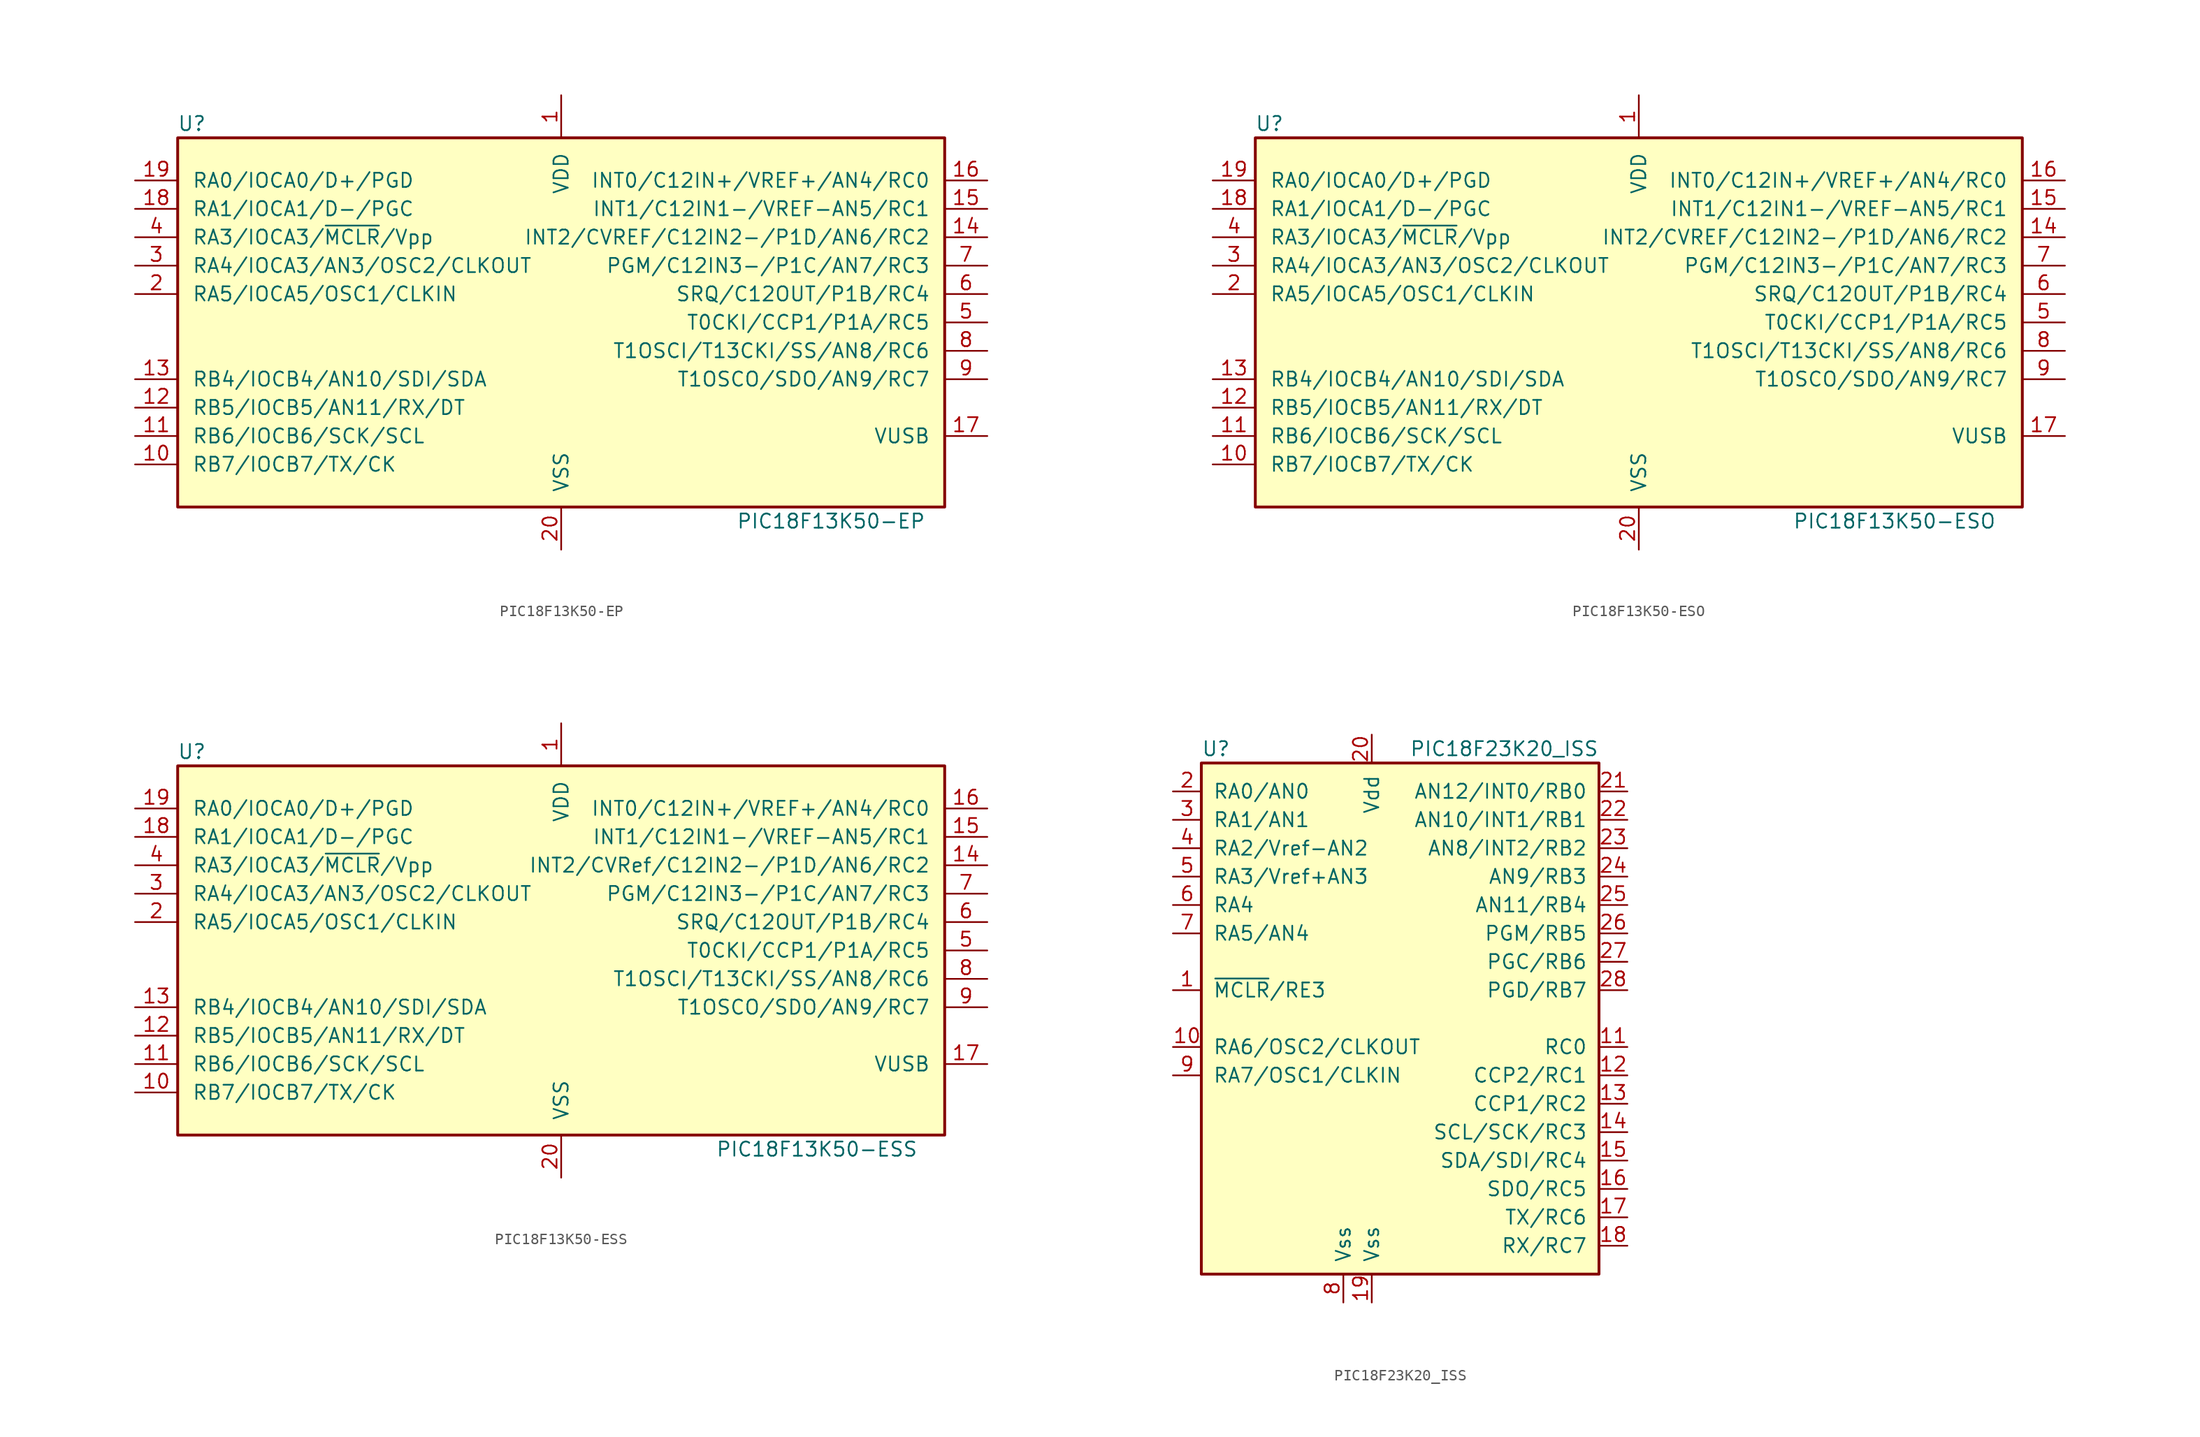
<source format=kicad_sym>
(kicad_symbol_lib
  (version 20211014)
  (generator kicad_symbol_editor)
  (symbol "PIC18F13K50-EP"
    (pin_names
      (offset 1.27))
    (property "Reference" "U"
      (at -33.02 17.78 0)
      (effects (font (size 1.27 1.27))))
    (property "Value" "PIC18F13K50-EP"
      (at 24.13 -17.78 0)
      (effects (font (size 1.27 1.27))))
    (symbol "PIC18F13K50-EP_0_1"
      (rectangle (start -34.29 16.51) (end 34.29 -16.51) (stroke (width 0.254) (type default) (color 0 0 0 0)) (fill (type background))))
    (symbol "PIC18F13K50-EP_1_1"
      (pin power_in line (at 0 20.32 270) (length 3.81) (name "VDD" (effects (font (size 1.27 1.27)))) (number "1" (effects (font (size 1.27 1.27)))))
      (pin bidirectional line (at -38.1 -12.7 0) (length 3.81) (name "RB7/IOCB7/TX/CK" (effects (font (size 1.27 1.27)))) (number "10" (effects (font (size 1.27 1.27)))))
      (pin bidirectional line (at -38.1 -10.16 0) (length 3.81) (name "RB6/IOCB6/SCK/SCL" (effects (font (size 1.27 1.27)))) (number "11" (effects (font (size 1.27 1.27)))))
      (pin bidirectional line (at -38.1 -7.62 0) (length 3.81) (name "RB5/IOCB5/AN11/RX/DT" (effects (font (size 1.27 1.27)))) (number "12" (effects (font (size 1.27 1.27)))))
      (pin bidirectional line (at -38.1 -5.08 0) (length 3.81) (name "RB4/IOCB4/AN10/SDI/SDA" (effects (font (size 1.27 1.27)))) (number "13" (effects (font (size 1.27 1.27)))))
      (pin bidirectional line (at 38.1 7.62 180) (length 3.81) (name "INT2/CVREF/C12IN2-/P1D/AN6/RC2" (effects (font (size 1.27 1.27)))) (number "14" (effects (font (size 1.27 1.27)))))
      (pin bidirectional line (at 38.1 10.16 180) (length 3.81) (name "INT1/C12IN1-/VREF-AN5/RC1" (effects (font (size 1.27 1.27)))) (number "15" (effects (font (size 1.27 1.27)))))
      (pin bidirectional line (at 38.1 12.7 180) (length 3.81) (name "INT0/C12IN+/VREF+/AN4/RC0" (effects (font (size 1.27 1.27)))) (number "16" (effects (font (size 1.27 1.27)))))
      (pin passive line (at 38.1 -10.16 180) (length 3.81) (name "VUSB" (effects (font (size 1.27 1.27)))) (number "17" (effects (font (size 1.27 1.27)))))
      (pin bidirectional line (at -38.1 10.16 0) (length 3.81) (name "RA1/IOCA1/D-/PGC" (effects (font (size 1.27 1.27)))) (number "18" (effects (font (size 1.27 1.27)))))
      (pin bidirectional line (at -38.1 12.7 0) (length 3.81) (name "RA0/IOCA0/D+/PGD" (effects (font (size 1.27 1.27)))) (number "19" (effects (font (size 1.27 1.27)))))
      (pin bidirectional line (at -38.1 2.54 0) (length 3.81) (name "RA5/IOCA5/OSC1/CLKIN" (effects (font (size 1.27 1.27)))) (number "2" (effects (font (size 1.27 1.27)))))
      (pin power_in line (at 0 -20.32 90) (length 3.81) (name "VSS" (effects (font (size 1.27 1.27)))) (number "20" (effects (font (size 1.27 1.27)))))
      (pin bidirectional line (at -38.1 5.08 0) (length 3.81) (name "RA4/IOCA3/AN3/OSC2/CLKOUT" (effects (font (size 1.27 1.27)))) (number "3" (effects (font (size 1.27 1.27)))))
      (pin input line (at -38.1 7.62 0) (length 3.81) (name "RA3/IOCA3/~{MCLR}/Vpp" (effects (font (size 1.27 1.27)))) (number "4" (effects (font (size 1.27 1.27)))))
      (pin bidirectional line (at 38.1 0 180) (length 3.81) (name "T0CKI/CCP1/P1A/RC5" (effects (font (size 1.27 1.27)))) (number "5" (effects (font (size 1.27 1.27)))))
      (pin bidirectional line (at 38.1 2.54 180) (length 3.81) (name "SRQ/C12OUT/P1B/RC4" (effects (font (size 1.27 1.27)))) (number "6" (effects (font (size 1.27 1.27)))))
      (pin bidirectional line (at 38.1 5.08 180) (length 3.81) (name "PGM/C12IN3-/P1C/AN7/RC3" (effects (font (size 1.27 1.27)))) (number "7" (effects (font (size 1.27 1.27)))))
      (pin bidirectional line (at 38.1 -2.54 180) (length 3.81) (name "T1OSCI/T13CKI/SS/AN8/RC6" (effects (font (size 1.27 1.27)))) (number "8" (effects (font (size 1.27 1.27)))))
      (pin bidirectional line (at 38.1 -5.08 180) (length 3.81) (name "T1OSCO/SDO/AN9/RC7" (effects (font (size 1.27 1.27)))) (number "9" (effects (font (size 1.27 1.27)))))))
  (symbol "PIC18F13K50-ESO"
    (pin_names
      (offset 1.27))
    (property "Reference" "U"
      (at -33.02 17.78 0)
      (effects (font (size 1.27 1.27))))
    (property "Value" "PIC18F13K50-ESO"
      (at 22.86 -17.78 0)
      (effects (font (size 1.27 1.27))))
    (symbol "PIC18F13K50-ESO_0_1"
      (rectangle (start -34.29 16.51) (end 34.29 -16.51) (stroke (width 0.254) (type default) (color 0 0 0 0)) (fill (type background))))
    (symbol "PIC18F13K50-ESO_1_1"
      (pin power_in line (at 0 20.32 270) (length 3.81) (name "VDD" (effects (font (size 1.27 1.27)))) (number "1" (effects (font (size 1.27 1.27)))))
      (pin bidirectional line (at -38.1 -12.7 0) (length 3.81) (name "RB7/IOCB7/TX/CK" (effects (font (size 1.27 1.27)))) (number "10" (effects (font (size 1.27 1.27)))))
      (pin bidirectional line (at -38.1 -10.16 0) (length 3.81) (name "RB6/IOCB6/SCK/SCL" (effects (font (size 1.27 1.27)))) (number "11" (effects (font (size 1.27 1.27)))))
      (pin bidirectional line (at -38.1 -7.62 0) (length 3.81) (name "RB5/IOCB5/AN11/RX/DT" (effects (font (size 1.27 1.27)))) (number "12" (effects (font (size 1.27 1.27)))))
      (pin bidirectional line (at -38.1 -5.08 0) (length 3.81) (name "RB4/IOCB4/AN10/SDI/SDA" (effects (font (size 1.27 1.27)))) (number "13" (effects (font (size 1.27 1.27)))))
      (pin bidirectional line (at 38.1 7.62 180) (length 3.81) (name "INT2/CVREF/C12IN2-/P1D/AN6/RC2" (effects (font (size 1.27 1.27)))) (number "14" (effects (font (size 1.27 1.27)))))
      (pin bidirectional line (at 38.1 10.16 180) (length 3.81) (name "INT1/C12IN1-/VREF-AN5/RC1" (effects (font (size 1.27 1.27)))) (number "15" (effects (font (size 1.27 1.27)))))
      (pin bidirectional line (at 38.1 12.7 180) (length 3.81) (name "INT0/C12IN+/VREF+/AN4/RC0" (effects (font (size 1.27 1.27)))) (number "16" (effects (font (size 1.27 1.27)))))
      (pin passive line (at 38.1 -10.16 180) (length 3.81) (name "VUSB" (effects (font (size 1.27 1.27)))) (number "17" (effects (font (size 1.27 1.27)))))
      (pin bidirectional line (at -38.1 10.16 0) (length 3.81) (name "RA1/IOCA1/D-/PGC" (effects (font (size 1.27 1.27)))) (number "18" (effects (font (size 1.27 1.27)))))
      (pin bidirectional line (at -38.1 12.7 0) (length 3.81) (name "RA0/IOCA0/D+/PGD" (effects (font (size 1.27 1.27)))) (number "19" (effects (font (size 1.27 1.27)))))
      (pin bidirectional line (at -38.1 2.54 0) (length 3.81) (name "RA5/IOCA5/OSC1/CLKIN" (effects (font (size 1.27 1.27)))) (number "2" (effects (font (size 1.27 1.27)))))
      (pin power_in line (at 0 -20.32 90) (length 3.81) (name "VSS" (effects (font (size 1.27 1.27)))) (number "20" (effects (font (size 1.27 1.27)))))
      (pin bidirectional line (at -38.1 5.08 0) (length 3.81) (name "RA4/IOCA3/AN3/OSC2/CLKOUT" (effects (font (size 1.27 1.27)))) (number "3" (effects (font (size 1.27 1.27)))))
      (pin input line (at -38.1 7.62 0) (length 3.81) (name "RA3/IOCA3/~{MCLR}/Vpp" (effects (font (size 1.27 1.27)))) (number "4" (effects (font (size 1.27 1.27)))))
      (pin bidirectional line (at 38.1 0 180) (length 3.81) (name "T0CKI/CCP1/P1A/RC5" (effects (font (size 1.27 1.27)))) (number "5" (effects (font (size 1.27 1.27)))))
      (pin bidirectional line (at 38.1 2.54 180) (length 3.81) (name "SRQ/C12OUT/P1B/RC4" (effects (font (size 1.27 1.27)))) (number "6" (effects (font (size 1.27 1.27)))))
      (pin bidirectional line (at 38.1 5.08 180) (length 3.81) (name "PGM/C12IN3-/P1C/AN7/RC3" (effects (font (size 1.27 1.27)))) (number "7" (effects (font (size 1.27 1.27)))))
      (pin bidirectional line (at 38.1 -2.54 180) (length 3.81) (name "T1OSCI/T13CKI/SS/AN8/RC6" (effects (font (size 1.27 1.27)))) (number "8" (effects (font (size 1.27 1.27)))))
      (pin bidirectional line (at 38.1 -5.08 180) (length 3.81) (name "T1OSCO/SDO/AN9/RC7" (effects (font (size 1.27 1.27)))) (number "9" (effects (font (size 1.27 1.27)))))))
  (symbol "PIC18F13K50-ESS"
    (pin_names
      (offset 1.27))
    (property "Reference" "U"
      (at -33.02 17.78 0)
      (effects (font (size 1.27 1.27))))
    (property "Value" "PIC18F13K50-ESS"
      (at 22.86 -17.78 0)
      (effects (font (size 1.27 1.27))))
    (symbol "PIC18F13K50-ESS_0_1"
      (rectangle (start -34.29 16.51) (end 34.29 -16.51) (stroke (width 0.254) (type default) (color 0 0 0 0)) (fill (type background))))
    (symbol "PIC18F13K50-ESS_1_1"
      (pin power_in line (at 0 20.32 270) (length 3.81) (name "VDD" (effects (font (size 1.27 1.27)))) (number "1" (effects (font (size 1.27 1.27)))))
      (pin bidirectional line (at -38.1 -12.7 0) (length 3.81) (name "RB7/IOCB7/TX/CK" (effects (font (size 1.27 1.27)))) (number "10" (effects (font (size 1.27 1.27)))))
      (pin bidirectional line (at -38.1 -10.16 0) (length 3.81) (name "RB6/IOCB6/SCK/SCL" (effects (font (size 1.27 1.27)))) (number "11" (effects (font (size 1.27 1.27)))))
      (pin bidirectional line (at -38.1 -7.62 0) (length 3.81) (name "RB5/IOCB5/AN11/RX/DT" (effects (font (size 1.27 1.27)))) (number "12" (effects (font (size 1.27 1.27)))))
      (pin bidirectional line (at -38.1 -5.08 0) (length 3.81) (name "RB4/IOCB4/AN10/SDI/SDA" (effects (font (size 1.27 1.27)))) (number "13" (effects (font (size 1.27 1.27)))))
      (pin bidirectional line (at 38.1 7.62 180) (length 3.81) (name "INT2/CVRef/C12IN2-/P1D/AN6/RC2" (effects (font (size 1.27 1.27)))) (number "14" (effects (font (size 1.27 1.27)))))
      (pin bidirectional line (at 38.1 10.16 180) (length 3.81) (name "INT1/C12IN1-/VREF-AN5/RC1" (effects (font (size 1.27 1.27)))) (number "15" (effects (font (size 1.27 1.27)))))
      (pin bidirectional line (at 38.1 12.7 180) (length 3.81) (name "INT0/C12IN+/VREF+/AN4/RC0" (effects (font (size 1.27 1.27)))) (number "16" (effects (font (size 1.27 1.27)))))
      (pin passive line (at 38.1 -10.16 180) (length 3.81) (name "VUSB" (effects (font (size 1.27 1.27)))) (number "17" (effects (font (size 1.27 1.27)))))
      (pin bidirectional line (at -38.1 10.16 0) (length 3.81) (name "RA1/IOCA1/D-/PGC" (effects (font (size 1.27 1.27)))) (number "18" (effects (font (size 1.27 1.27)))))
      (pin bidirectional line (at -38.1 12.7 0) (length 3.81) (name "RA0/IOCA0/D+/PGD" (effects (font (size 1.27 1.27)))) (number "19" (effects (font (size 1.27 1.27)))))
      (pin bidirectional line (at -38.1 2.54 0) (length 3.81) (name "RA5/IOCA5/OSC1/CLKIN" (effects (font (size 1.27 1.27)))) (number "2" (effects (font (size 1.27 1.27)))))
      (pin power_in line (at 0 -20.32 90) (length 3.81) (name "VSS" (effects (font (size 1.27 1.27)))) (number "20" (effects (font (size 1.27 1.27)))))
      (pin bidirectional line (at -38.1 5.08 0) (length 3.81) (name "RA4/IOCA3/AN3/OSC2/CLKOUT" (effects (font (size 1.27 1.27)))) (number "3" (effects (font (size 1.27 1.27)))))
      (pin input line (at -38.1 7.62 0) (length 3.81) (name "RA3/IOCA3/~{MCLR}/Vpp" (effects (font (size 1.27 1.27)))) (number "4" (effects (font (size 1.27 1.27)))))
      (pin bidirectional line (at 38.1 0 180) (length 3.81) (name "T0CKI/CCP1/P1A/RC5" (effects (font (size 1.27 1.27)))) (number "5" (effects (font (size 1.27 1.27)))))
      (pin bidirectional line (at 38.1 2.54 180) (length 3.81) (name "SRQ/C12OUT/P1B/RC4" (effects (font (size 1.27 1.27)))) (number "6" (effects (font (size 1.27 1.27)))))
      (pin bidirectional line (at 38.1 5.08 180) (length 3.81) (name "PGM/C12IN3-/P1C/AN7/RC3" (effects (font (size 1.27 1.27)))) (number "7" (effects (font (size 1.27 1.27)))))
      (pin bidirectional line (at 38.1 -2.54 180) (length 3.81) (name "T1OSCI/T13CKI/SS/AN8/RC6" (effects (font (size 1.27 1.27)))) (number "8" (effects (font (size 1.27 1.27)))))
      (pin bidirectional line (at 38.1 -5.08 180) (length 3.81) (name "T1OSCO/SDO/AN9/RC7" (effects (font (size 1.27 1.27)))) (number "9" (effects (font (size 1.27 1.27)))))))
  (symbol "PIC18F23K20_ISS"
    (pin_names
      (offset 1.016))
    (property "Reference" "U"
      (at -17.78 24.13 0)
      (effects (font (size 1.27 1.27)) (justify left)))
    (property "Value" "PIC18F23K20_ISS"
      (at 17.78 24.13 0)
      (effects (font (size 1.27 1.27)) (justify right)))
    (symbol "PIC18F23K20_ISS_0_1"
      (rectangle (start -17.78 22.86) (end 17.78 -22.86) (stroke (width 0.254) (type default) (color 0 0 0 0)) (fill (type background))))
    (symbol "PIC18F23K20_ISS_1_1"
      (pin bidirectional line (at -20.32 2.54 0) (length 2.54) (name "~{MCLR}/RE3" (effects (font (size 1.27 1.27)))) (number "1" (effects (font (size 1.27 1.27)))))
      (pin input line (at -20.32 -2.54 0) (length 2.54) (name "RA6/OSC2/CLKOUT" (effects (font (size 1.27 1.27)))) (number "10" (effects (font (size 1.27 1.27)))))
      (pin bidirectional line (at 20.32 -2.54 180) (length 2.54) (name "RC0" (effects (font (size 1.27 1.27)))) (number "11" (effects (font (size 1.27 1.27)))))
      (pin bidirectional line (at 20.32 -5.08 180) (length 2.54) (name "CCP2/RC1" (effects (font (size 1.27 1.27)))) (number "12" (effects (font (size 1.27 1.27)))))
      (pin bidirectional line (at 20.32 -7.62 180) (length 2.54) (name "CCP1/RC2" (effects (font (size 1.27 1.27)))) (number "13" (effects (font (size 1.27 1.27)))))
      (pin bidirectional line (at 20.32 -10.16 180) (length 2.54) (name "SCL/SCK/RC3" (effects (font (size 1.27 1.27)))) (number "14" (effects (font (size 1.27 1.27)))))
      (pin bidirectional line (at 20.32 -12.7 180) (length 2.54) (name "SDA/SDI/RC4" (effects (font (size 1.27 1.27)))) (number "15" (effects (font (size 1.27 1.27)))))
      (pin bidirectional line (at 20.32 -15.24 180) (length 2.54) (name "SDO/RC5" (effects (font (size 1.27 1.27)))) (number "16" (effects (font (size 1.27 1.27)))))
      (pin bidirectional line (at 20.32 -17.78 180) (length 2.54) (name "TX/RC6" (effects (font (size 1.27 1.27)))) (number "17" (effects (font (size 1.27 1.27)))))
      (pin bidirectional line (at 20.32 -20.32 180) (length 2.54) (name "RX/RC7" (effects (font (size 1.27 1.27)))) (number "18" (effects (font (size 1.27 1.27)))))
      (pin power_in line (at -2.54 -25.4 90) (length 2.54) (name "Vss" (effects (font (size 1.27 1.27)))) (number "19" (effects (font (size 1.27 1.27)))))
      (pin bidirectional line (at -20.32 20.32 0) (length 2.54) (name "RA0/AN0" (effects (font (size 1.27 1.27)))) (number "2" (effects (font (size 1.27 1.27)))))
      (pin power_in line (at -2.54 25.4 270) (length 2.54) (name "Vdd" (effects (font (size 1.27 1.27)))) (number "20" (effects (font (size 1.27 1.27)))))
      (pin bidirectional line (at 20.32 20.32 180) (length 2.54) (name "AN12/INT0/RB0" (effects (font (size 1.27 1.27)))) (number "21" (effects (font (size 1.27 1.27)))))
      (pin bidirectional line (at 20.32 17.78 180) (length 2.54) (name "AN10/INT1/RB1" (effects (font (size 1.27 1.27)))) (number "22" (effects (font (size 1.27 1.27)))))
      (pin bidirectional line (at 20.32 15.24 180) (length 2.54) (name "AN8/INT2/RB2" (effects (font (size 1.27 1.27)))) (number "23" (effects (font (size 1.27 1.27)))))
      (pin bidirectional line (at 20.32 12.7 180) (length 2.54) (name "AN9/RB3" (effects (font (size 1.27 1.27)))) (number "24" (effects (font (size 1.27 1.27)))))
      (pin bidirectional line (at 20.32 10.16 180) (length 2.54) (name "AN11/RB4" (effects (font (size 1.27 1.27)))) (number "25" (effects (font (size 1.27 1.27)))))
      (pin bidirectional line (at 20.32 7.62 180) (length 2.54) (name "PGM/RB5" (effects (font (size 1.27 1.27)))) (number "26" (effects (font (size 1.27 1.27)))))
      (pin bidirectional line (at 20.32 5.08 180) (length 2.54) (name "PGC/RB6" (effects (font (size 1.27 1.27)))) (number "27" (effects (font (size 1.27 1.27)))))
      (pin bidirectional line (at 20.32 2.54 180) (length 2.54) (name "PGD/RB7" (effects (font (size 1.27 1.27)))) (number "28" (effects (font (size 1.27 1.27)))))
      (pin bidirectional line (at -20.32 17.78 0) (length 2.54) (name "RA1/AN1" (effects (font (size 1.27 1.27)))) (number "3" (effects (font (size 1.27 1.27)))))
      (pin bidirectional line (at -20.32 15.24 0) (length 2.54) (name "RA2/Vref-AN2" (effects (font (size 1.27 1.27)))) (number "4" (effects (font (size 1.27 1.27)))))
      (pin bidirectional line (at -20.32 12.7 0) (length 2.54) (name "RA3/Vref+AN3" (effects (font (size 1.27 1.27)))) (number "5" (effects (font (size 1.27 1.27)))))
      (pin power_in line (at -20.32 10.16 0) (length 2.54) (name "RA4" (effects (font (size 1.27 1.27)))) (number "6" (effects (font (size 1.27 1.27)))))
      (pin bidirectional line (at -20.32 7.62 0) (length 2.54) (name "RA5/AN4" (effects (font (size 1.27 1.27)))) (number "7" (effects (font (size 1.27 1.27)))))
      (pin power_in line (at -5.08 -25.4 90) (length 2.54) (name "Vss" (effects (font (size 1.27 1.27)))) (number "8" (effects (font (size 1.27 1.27)))))
      (pin input line (at -20.32 -5.08 0) (length 2.54) (name "RA7/OSC1/CLKIN" (effects (font (size 1.27 1.27)))) (number "9" (effects (font (size 1.27 1.27))))))))
</source>
